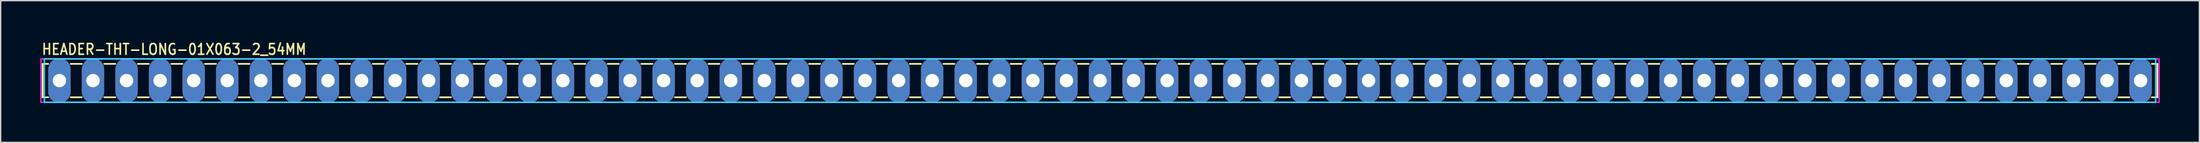
<source format=kicad_pcb>
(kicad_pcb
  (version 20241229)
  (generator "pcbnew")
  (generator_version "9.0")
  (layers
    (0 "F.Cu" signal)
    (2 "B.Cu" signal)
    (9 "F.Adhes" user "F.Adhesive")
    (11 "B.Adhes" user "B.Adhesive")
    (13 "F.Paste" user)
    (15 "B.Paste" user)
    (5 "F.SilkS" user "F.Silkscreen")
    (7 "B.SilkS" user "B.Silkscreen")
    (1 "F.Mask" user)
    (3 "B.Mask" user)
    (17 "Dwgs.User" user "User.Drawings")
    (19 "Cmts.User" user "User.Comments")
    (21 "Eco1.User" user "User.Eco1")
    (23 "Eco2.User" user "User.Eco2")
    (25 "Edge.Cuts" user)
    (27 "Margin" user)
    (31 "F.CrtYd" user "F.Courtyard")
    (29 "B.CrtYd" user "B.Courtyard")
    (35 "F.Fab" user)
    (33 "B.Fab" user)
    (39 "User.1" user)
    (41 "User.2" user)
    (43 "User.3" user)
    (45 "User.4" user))
  (footprint "HEADER-THT-LONG-01X063-2_54MM"
    (layer "F.Cu")
    (at 1.447 3.079)
    (property "Reference" "HEADER-THT-LONG-01X063-2_54MM" (at -1.4 -1.9 0) (unlocked yes) (layer "F.SilkS") (effects (font (size 0.813 0.695) (thickness 0.122)) (justify left bottom)))
    (fp_line (start -1.27 -1.27) (end -1.27 1.27) (stroke (width 0.127) (type solid)) (layer "F.SilkS"))
    (fp_line (start -1.27 1.27) (end -0.85 1.27) (stroke (width 0.127) (type solid)) (layer "F.SilkS"))
    (fp_line (start -0.85 -1.27) (end -1.27 -1.27) (stroke (width 0.127) (type solid)) (layer "F.SilkS"))
    (fp_line (start 0.85 -1.27) (end 1.69 -1.27) (stroke (width 0.127) (type solid)) (layer "F.SilkS"))
    (fp_line (start 0.85 1.27) (end 1.69 1.27) (stroke (width 0.127) (type solid)) (layer "F.SilkS"))
    (fp_line (start 3.39 -1.27) (end 4.23 -1.27) (stroke (width 0.127) (type solid)) (layer "F.SilkS"))
    (fp_line (start 3.39 1.27) (end 4.23 1.27) (stroke (width 0.127) (type solid)) (layer "F.SilkS"))
    (fp_line (start 5.93 -1.27) (end 6.77 -1.27) (stroke (width 0.127) (type solid)) (layer "F.SilkS"))
    (fp_line (start 5.93 1.27) (end 6.77 1.27) (stroke (width 0.127) (type solid)) (layer "F.SilkS"))
    (fp_line (start 8.47 -1.27) (end 9.31 -1.27) (stroke (width 0.127) (type solid)) (layer "F.SilkS"))
    (fp_line (start 8.47 1.27) (end 9.31 1.27) (stroke (width 0.127) (type solid)) (layer "F.SilkS"))
    (fp_line (start 11.01 -1.27) (end 11.85 -1.27) (stroke (width 0.127) (type solid)) (layer "F.SilkS"))
    (fp_line (start 11.01 1.27) (end 11.85 1.27) (stroke (width 0.127) (type solid)) (layer "F.SilkS"))
    (fp_line (start 13.55 -1.27) (end 14.39 -1.27) (stroke (width 0.127) (type solid)) (layer "F.SilkS"))
    (fp_line (start 13.55 1.27) (end 14.39 1.27) (stroke (width 0.127) (type solid)) (layer "F.SilkS"))
    (fp_line (start 16.09 -1.27) (end 16.93 -1.27) (stroke (width 0.127) (type solid)) (layer "F.SilkS"))
    (fp_line (start 16.09 1.27) (end 16.93 1.27) (stroke (width 0.127) (type solid)) (layer "F.SilkS"))
    (fp_line (start 18.63 -1.27) (end 19.47 -1.27) (stroke (width 0.127) (type solid)) (layer "F.SilkS"))
    (fp_line (start 18.63 1.27) (end 19.47 1.27) (stroke (width 0.127) (type solid)) (layer "F.SilkS"))
    (fp_line (start 21.17 -1.27) (end 22.01 -1.27) (stroke (width 0.127) (type solid)) (layer "F.SilkS"))
    (fp_line (start 21.17 1.27) (end 22.01 1.27) (stroke (width 0.127) (type solid)) (layer "F.SilkS"))
    (fp_line (start 23.71 -1.27) (end 24.55 -1.27) (stroke (width 0.127) (type solid)) (layer "F.SilkS"))
    (fp_line (start 23.71 1.27) (end 24.55 1.27) (stroke (width 0.127) (type solid)) (layer "F.SilkS"))
    (fp_line (start 26.25 -1.27) (end 27.09 -1.27) (stroke (width 0.127) (type solid)) (layer "F.SilkS"))
    (fp_line (start 26.25 1.27) (end 27.09 1.27) (stroke (width 0.127) (type solid)) (layer "F.SilkS"))
    (fp_line (start 28.79 -1.27) (end 29.63 -1.27) (stroke (width 0.127) (type solid)) (layer "F.SilkS"))
    (fp_line (start 28.79 1.27) (end 29.63 1.27) (stroke (width 0.127) (type solid)) (layer "F.SilkS"))
    (fp_line (start 31.33 -1.27) (end 32.17 -1.27) (stroke (width 0.127) (type solid)) (layer "F.SilkS"))
    (fp_line (start 31.33 1.27) (end 32.17 1.27) (stroke (width 0.127) (type solid)) (layer "F.SilkS"))
    (fp_line (start 33.87 -1.27) (end 34.71 -1.27) (stroke (width 0.127) (type solid)) (layer "F.SilkS"))
    (fp_line (start 33.87 1.27) (end 34.71 1.27) (stroke (width 0.127) (type solid)) (layer "F.SilkS"))
    (fp_line (start 36.41 -1.27) (end 37.25 -1.27) (stroke (width 0.127) (type solid)) (layer "F.SilkS"))
    (fp_line (start 36.41 1.27) (end 37.25 1.27) (stroke (width 0.127) (type solid)) (layer "F.SilkS"))
    (fp_line (start 38.95 -1.27) (end 39.79 -1.27) (stroke (width 0.127) (type solid)) (layer "F.SilkS"))
    (fp_line (start 38.95 1.27) (end 39.79 1.27) (stroke (width 0.127) (type solid)) (layer "F.SilkS"))
    (fp_line (start 41.49 -1.27) (end 42.33 -1.27) (stroke (width 0.127) (type solid)) (layer "F.SilkS"))
    (fp_line (start 41.49 1.27) (end 42.33 1.27) (stroke (width 0.127) (type solid)) (layer "F.SilkS"))
    (fp_line (start 44.03 -1.27) (end 44.87 -1.27) (stroke (width 0.127) (type solid)) (layer "F.SilkS"))
    (fp_line (start 44.03 1.27) (end 44.87 1.27) (stroke (width 0.127) (type solid)) (layer "F.SilkS"))
    (fp_line (start 46.57 -1.27) (end 47.41 -1.27) (stroke (width 0.127) (type solid)) (layer "F.SilkS"))
    (fp_line (start 46.57 1.27) (end 47.41 1.27) (stroke (width 0.127) (type solid)) (layer "F.SilkS"))
    (fp_line (start 49.11 -1.27) (end 49.95 -1.27) (stroke (width 0.127) (type solid)) (layer "F.SilkS"))
    (fp_line (start 49.11 1.27) (end 49.95 1.27) (stroke (width 0.127) (type solid)) (layer "F.SilkS"))
    (fp_line (start 51.65 -1.27) (end 52.49 -1.27) (stroke (width 0.127) (type solid)) (layer "F.SilkS"))
    (fp_line (start 51.65 1.27) (end 52.49 1.27) (stroke (width 0.127) (type solid)) (layer "F.SilkS"))
    (fp_line (start 54.19 -1.27) (end 55.03 -1.27) (stroke (width 0.127) (type solid)) (layer "F.SilkS"))
    (fp_line (start 54.19 1.27) (end 55.03 1.27) (stroke (width 0.127) (type solid)) (layer "F.SilkS"))
    (fp_line (start 56.73 -1.27) (end 57.57 -1.27) (stroke (width 0.127) (type solid)) (layer "F.SilkS"))
    (fp_line (start 56.73 1.27) (end 57.57 1.27) (stroke (width 0.127) (type solid)) (layer "F.SilkS"))
    (fp_line (start 59.27 -1.27) (end 60.11 -1.27) (stroke (width 0.127) (type solid)) (layer "F.SilkS"))
    (fp_line (start 59.27 1.27) (end 60.11 1.27) (stroke (width 0.127) (type solid)) (layer "F.SilkS"))
    (fp_line (start 61.81 -1.27) (end 62.65 -1.27) (stroke (width 0.127) (type solid)) (layer "F.SilkS"))
    (fp_line (start 61.81 1.27) (end 62.65 1.27) (stroke (width 0.127) (type solid)) (layer "F.SilkS"))
    (fp_line (start 64.35 -1.27) (end 65.19 -1.27) (stroke (width 0.127) (type solid)) (layer "F.SilkS"))
    (fp_line (start 64.35 1.27) (end 65.19 1.27) (stroke (width 0.127) (type solid)) (layer "F.SilkS"))
    (fp_line (start 66.89 -1.27) (end 67.73 -1.27) (stroke (width 0.127) (type solid)) (layer "F.SilkS"))
    (fp_line (start 66.89 1.27) (end 67.73 1.27) (stroke (width 0.127) (type solid)) (layer "F.SilkS"))
    (fp_line (start 69.43 -1.27) (end 70.27 -1.27) (stroke (width 0.127) (type solid)) (layer "F.SilkS"))
    (fp_line (start 69.43 1.27) (end 70.27 1.27) (stroke (width 0.127) (type solid)) (layer "F.SilkS"))
    (fp_line (start 71.97 -1.27) (end 72.81 -1.27) (stroke (width 0.127) (type solid)) (layer "F.SilkS"))
    (fp_line (start 71.97 1.27) (end 72.81 1.27) (stroke (width 0.127) (type solid)) (layer "F.SilkS"))
    (fp_line (start 74.51 -1.27) (end 75.35 -1.27) (stroke (width 0.127) (type solid)) (layer "F.SilkS"))
    (fp_line (start 74.51 1.27) (end 75.35 1.27) (stroke (width 0.127) (type solid)) (layer "F.SilkS"))
    (fp_line (start 77.05 -1.27) (end 77.89 -1.27) (stroke (width 0.127) (type solid)) (layer "F.SilkS"))
    (fp_line (start 77.05 1.27) (end 77.89 1.27) (stroke (width 0.127) (type solid)) (layer "F.SilkS"))
    (fp_line (start 79.59 -1.27) (end 80.43 -1.27) (stroke (width 0.127) (type solid)) (layer "F.SilkS"))
    (fp_line (start 79.59 1.27) (end 80.43 1.27) (stroke (width 0.127) (type solid)) (layer "F.SilkS"))
    (fp_line (start 82.13 -1.27) (end 82.97 -1.27) (stroke (width 0.127) (type solid)) (layer "F.SilkS"))
    (fp_line (start 82.13 1.27) (end 82.97 1.27) (stroke (width 0.127) (type solid)) (layer "F.SilkS"))
    (fp_line (start 84.67 -1.27) (end 85.51 -1.27) (stroke (width 0.127) (type solid)) (layer "F.SilkS"))
    (fp_line (start 84.67 1.27) (end 85.51 1.27) (stroke (width 0.127) (type solid)) (layer "F.SilkS"))
    (fp_line (start 87.21 -1.27) (end 88.05 -1.27) (stroke (width 0.127) (type solid)) (layer "F.SilkS"))
    (fp_line (start 87.21 1.27) (end 88.05 1.27) (stroke (width 0.127) (type solid)) (layer "F.SilkS"))
    (fp_line (start 89.75 -1.27) (end 90.59 -1.27) (stroke (width 0.127) (type solid)) (layer "F.SilkS"))
    (fp_line (start 89.75 1.27) (end 90.59 1.27) (stroke (width 0.127) (type solid)) (layer "F.SilkS"))
    (fp_line (start 92.29 -1.27) (end 93.13 -1.27) (stroke (width 0.127) (type solid)) (layer "F.SilkS"))
    (fp_line (start 92.29 1.27) (end 93.13 1.27) (stroke (width 0.127) (type solid)) (layer "F.SilkS"))
    (fp_line (start 94.83 -1.27) (end 95.67 -1.27) (stroke (width 0.127) (type solid)) (layer "F.SilkS"))
    (fp_line (start 94.83 1.27) (end 95.67 1.27) (stroke (width 0.127) (type solid)) (layer "F.SilkS"))
    (fp_line (start 97.37 -1.27) (end 98.21 -1.27) (stroke (width 0.127) (type solid)) (layer "F.SilkS"))
    (fp_line (start 97.37 1.27) (end 98.21 1.27) (stroke (width 0.127) (type solid)) (layer "F.SilkS"))
    (fp_line (start 99.91 -1.27) (end 100.75 -1.27) (stroke (width 0.127) (type solid)) (layer "F.SilkS"))
    (fp_line (start 99.91 1.27) (end 100.75 1.27) (stroke (width 0.127) (type solid)) (layer "F.SilkS"))
    (fp_line (start 102.45 -1.27) (end 103.29 -1.27) (stroke (width 0.127) (type solid)) (layer "F.SilkS"))
    (fp_line (start 102.45 1.27) (end 103.29 1.27) (stroke (width 0.127) (type solid)) (layer "F.SilkS"))
    (fp_line (start 104.99 -1.27) (end 105.83 -1.27) (stroke (width 0.127) (type solid)) (layer "F.SilkS"))
    (fp_line (start 104.99 1.27) (end 105.83 1.27) (stroke (width 0.127) (type solid)) (layer "F.SilkS"))
    (fp_line (start 107.53 -1.27) (end 108.37 -1.27) (stroke (width 0.127) (type solid)) (layer "F.SilkS"))
    (fp_line (start 107.53 1.27) (end 108.37 1.27) (stroke (width 0.127) (type solid)) (layer "F.SilkS"))
    (fp_line (start 110.07 -1.27) (end 110.91 -1.27) (stroke (width 0.127) (type solid)) (layer "F.SilkS"))
    (fp_line (start 110.07 1.27) (end 110.91 1.27) (stroke (width 0.127) (type solid)) (layer "F.SilkS"))
    (fp_line (start 112.61 -1.27) (end 113.45 -1.27) (stroke (width 0.127) (type solid)) (layer "F.SilkS"))
    (fp_line (start 112.61 1.27) (end 113.45 1.27) (stroke (width 0.127) (type solid)) (layer "F.SilkS"))
    (fp_line (start 115.15 -1.27) (end 115.99 -1.27) (stroke (width 0.127) (type solid)) (layer "F.SilkS"))
    (fp_line (start 115.15 1.27) (end 115.99 1.27) (stroke (width 0.127) (type solid)) (layer "F.SilkS"))
    (fp_line (start 117.69 -1.27) (end 118.53 -1.27) (stroke (width 0.127) (type solid)) (layer "F.SilkS"))
    (fp_line (start 117.69 1.27) (end 118.53 1.27) (stroke (width 0.127) (type solid)) (layer "F.SilkS"))
    (fp_line (start 120.23 -1.27) (end 121.07 -1.27) (stroke (width 0.127) (type solid)) (layer "F.SilkS"))
    (fp_line (start 120.23 1.27) (end 121.07 1.27) (stroke (width 0.127) (type solid)) (layer "F.SilkS"))
    (fp_line (start 122.77 -1.27) (end 123.61 -1.27) (stroke (width 0.127) (type solid)) (layer "F.SilkS"))
    (fp_line (start 122.77 1.27) (end 123.61 1.27) (stroke (width 0.127) (type solid)) (layer "F.SilkS"))
    (fp_line (start 125.31 -1.27) (end 126.15 -1.27) (stroke (width 0.127) (type solid)) (layer "F.SilkS"))
    (fp_line (start 125.31 1.27) (end 126.15 1.27) (stroke (width 0.127) (type solid)) (layer "F.SilkS"))
    (fp_line (start 127.85 -1.27) (end 128.69 -1.27) (stroke (width 0.127) (type solid)) (layer "F.SilkS"))
    (fp_line (start 127.85 1.27) (end 128.69 1.27) (stroke (width 0.127) (type solid)) (layer "F.SilkS"))
    (fp_line (start 130.39 -1.27) (end 131.23 -1.27) (stroke (width 0.127) (type solid)) (layer "F.SilkS"))
    (fp_line (start 130.39 1.27) (end 131.23 1.27) (stroke (width 0.127) (type solid)) (layer "F.SilkS"))
    (fp_line (start 132.93 -1.27) (end 133.77 -1.27) (stroke (width 0.127) (type solid)) (layer "F.SilkS"))
    (fp_line (start 132.93 1.27) (end 133.77 1.27) (stroke (width 0.127) (type solid)) (layer "F.SilkS"))
    (fp_line (start 135.47 -1.27) (end 136.31 -1.27) (stroke (width 0.127) (type solid)) (layer "F.SilkS"))
    (fp_line (start 135.47 1.27) (end 136.31 1.27) (stroke (width 0.127) (type solid)) (layer "F.SilkS"))
    (fp_line (start 138.01 -1.27) (end 138.85 -1.27) (stroke (width 0.127) (type solid)) (layer "F.SilkS"))
    (fp_line (start 138.01 1.27) (end 138.85 1.27) (stroke (width 0.127) (type solid)) (layer "F.SilkS"))
    (fp_line (start 140.55 -1.27) (end 141.39 -1.27) (stroke (width 0.127) (type solid)) (layer "F.SilkS"))
    (fp_line (start 140.55 1.27) (end 141.39 1.27) (stroke (width 0.127) (type solid)) (layer "F.SilkS"))
    (fp_line (start 143.09 -1.27) (end 143.93 -1.27) (stroke (width 0.127) (type solid)) (layer "F.SilkS"))
    (fp_line (start 143.09 1.27) (end 143.93 1.27) (stroke (width 0.127) (type solid)) (layer "F.SilkS"))
    (fp_line (start 145.63 -1.27) (end 146.47 -1.27) (stroke (width 0.127) (type solid)) (layer "F.SilkS"))
    (fp_line (start 145.63 1.27) (end 146.47 1.27) (stroke (width 0.127) (type solid)) (layer "F.SilkS"))
    (fp_line (start 148.17 -1.27) (end 149.01 -1.27) (stroke (width 0.127) (type solid)) (layer "F.SilkS"))
    (fp_line (start 148.17 1.27) (end 149.01 1.27) (stroke (width 0.127) (type solid)) (layer "F.SilkS"))
    (fp_line (start 150.71 -1.27) (end 151.55 -1.27) (stroke (width 0.127) (type solid)) (layer "F.SilkS"))
    (fp_line (start 150.71 1.27) (end 151.55 1.27) (stroke (width 0.127) (type solid)) (layer "F.SilkS"))
    (fp_line (start 153.25 -1.27) (end 154.09 -1.27) (stroke (width 0.127) (type solid)) (layer "F.SilkS"))
    (fp_line (start 153.25 1.27) (end 154.09 1.27) (stroke (width 0.127) (type solid)) (layer "F.SilkS"))
    (fp_line (start 155.79 -1.27) (end 156.63 -1.27) (stroke (width 0.127) (type solid)) (layer "F.SilkS"))
    (fp_line (start 155.79 1.27) (end 156.63 1.27) (stroke (width 0.127) (type solid)) (layer "F.SilkS"))
    (fp_line (start 158.33 -1.27) (end 158.75 -1.27) (stroke (width 0.127) (type solid)) (layer "F.SilkS"))
    (fp_line (start 158.75 -1.27) (end 158.75 1.27) (stroke (width 0.127) (type solid)) (layer "F.SilkS"))
    (fp_line (start 158.75 1.27) (end 158.33 1.27) (stroke (width 0.127) (type solid)) (layer "F.SilkS"))
    (fp_poly (pts (xy -1.143 -1.651) (xy 158.623 -1.651) (xy 158.623 1.651) (xy -1.143 1.651)) (stroke (width 0.1) (type solid)) (fill no) (layer "B.CrtYd"))
    (fp_poly (pts (xy -1.397 -1.651) (xy 158.877 -1.651) (xy 158.877 1.651) (xy -1.397 1.651)) (stroke (width 0.1) (type solid)) (fill no) (layer "F.CrtYd"))
    (pad "P$1" thru_hole oval (at 0 0 90) (size 3.387 1.693) (drill 1.016) (layers "*.Cu" "*.Mask"))
    (pad "P$2" thru_hole oval (at 2.54 0 90) (size 3.387 1.693) (drill 1.016) (layers "*.Cu" "*.Mask"))
    (pad "P$3" thru_hole oval (at 5.08 0 90) (size 3.387 1.693) (drill 1.016) (layers "*.Cu" "*.Mask"))
    (pad "P$4" thru_hole oval (at 7.62 0 90) (size 3.387 1.693) (drill 1.016) (layers "*.Cu" "*.Mask"))
    (pad "P$5" thru_hole oval (at 10.16 0 90) (size 3.387 1.693) (drill 1.016) (layers "*.Cu" "*.Mask"))
    (pad "P$6" thru_hole oval (at 12.7 0 90) (size 3.387 1.693) (drill 1.016) (layers "*.Cu" "*.Mask"))
    (pad "P$7" thru_hole oval (at 15.24 0 90) (size 3.387 1.693) (drill 1.016) (layers "*.Cu" "*.Mask"))
    (pad "P$8" thru_hole oval (at 17.78 0 90) (size 3.387 1.693) (drill 1.016) (layers "*.Cu" "*.Mask"))
    (pad "P$9" thru_hole oval (at 20.32 0 90) (size 3.387 1.693) (drill 1.016) (layers "*.Cu" "*.Mask"))
    (pad "P$10" thru_hole oval (at 22.86 0 90) (size 3.387 1.693) (drill 1.016) (layers "*.Cu" "*.Mask"))
    (pad "P$11" thru_hole oval (at 25.4 0 90) (size 3.387 1.693) (drill 1.016) (layers "*.Cu" "*.Mask"))
    (pad "P$12" thru_hole oval (at 27.94 0 90) (size 3.387 1.693) (drill 1.016) (layers "*.Cu" "*.Mask"))
    (pad "P$13" thru_hole oval (at 30.48 0 90) (size 3.387 1.693) (drill 1.016) (layers "*.Cu" "*.Mask"))
    (pad "P$14" thru_hole oval (at 33.02 0 90) (size 3.387 1.693) (drill 1.016) (layers "*.Cu" "*.Mask"))
    (pad "P$15" thru_hole oval (at 35.56 0 90) (size 3.387 1.693) (drill 1.016) (layers "*.Cu" "*.Mask"))
    (pad "P$16" thru_hole oval (at 38.1 0 90) (size 3.387 1.693) (drill 1.016) (layers "*.Cu" "*.Mask"))
    (pad "P$17" thru_hole oval (at 40.64 0 90) (size 3.387 1.693) (drill 1.016) (layers "*.Cu" "*.Mask"))
    (pad "P$18" thru_hole oval (at 43.18 0 90) (size 3.387 1.693) (drill 1.016) (layers "*.Cu" "*.Mask"))
    (pad "P$19" thru_hole oval (at 45.72 0 90) (size 3.387 1.693) (drill 1.016) (layers "*.Cu" "*.Mask"))
    (pad "P$20" thru_hole oval (at 48.26 0 90) (size 3.387 1.693) (drill 1.016) (layers "*.Cu" "*.Mask"))
    (pad "P$21" thru_hole oval (at 50.8 0 90) (size 3.387 1.693) (drill 1.016) (layers "*.Cu" "*.Mask"))
    (pad "P$22" thru_hole oval (at 53.34 0 90) (size 3.387 1.693) (drill 1.016) (layers "*.Cu" "*.Mask"))
    (pad "P$23" thru_hole oval (at 55.88 0 90) (size 3.387 1.693) (drill 1.016) (layers "*.Cu" "*.Mask"))
    (pad "P$24" thru_hole oval (at 58.42 0 90) (size 3.387 1.693) (drill 1.016) (layers "*.Cu" "*.Mask"))
    (pad "P$25" thru_hole oval (at 60.96 0 90) (size 3.387 1.693) (drill 1.016) (layers "*.Cu" "*.Mask"))
    (pad "P$26" thru_hole oval (at 63.5 0 90) (size 3.387 1.693) (drill 1.016) (layers "*.Cu" "*.Mask"))
    (pad "P$27" thru_hole oval (at 66.04 0 90) (size 3.387 1.693) (drill 1.016) (layers "*.Cu" "*.Mask"))
    (pad "P$28" thru_hole oval (at 68.58 0 90) (size 3.387 1.693) (drill 1.016) (layers "*.Cu" "*.Mask"))
    (pad "P$29" thru_hole oval (at 71.12 0 90) (size 3.387 1.693) (drill 1.016) (layers "*.Cu" "*.Mask"))
    (pad "P$30" thru_hole oval (at 73.66 0 90) (size 3.387 1.693) (drill 1.016) (layers "*.Cu" "*.Mask"))
    (pad "P$31" thru_hole oval (at 76.2 0 90) (size 3.387 1.693) (drill 1.016) (layers "*.Cu" "*.Mask"))
    (pad "P$32" thru_hole oval (at 78.74 0 90) (size 3.387 1.693) (drill 1.016) (layers "*.Cu" "*.Mask"))
    (pad "P$33" thru_hole oval (at 81.28 0 90) (size 3.387 1.693) (drill 1.016) (layers "*.Cu" "*.Mask"))
    (pad "P$34" thru_hole oval (at 83.82 0 90) (size 3.387 1.693) (drill 1.016) (layers "*.Cu" "*.Mask"))
    (pad "P$35" thru_hole oval (at 86.36 0 90) (size 3.387 1.693) (drill 1.016) (layers "*.Cu" "*.Mask"))
    (pad "P$36" thru_hole oval (at 88.9 0 90) (size 3.387 1.693) (drill 1.016) (layers "*.Cu" "*.Mask"))
    (pad "P$37" thru_hole oval (at 91.44 0 90) (size 3.387 1.693) (drill 1.016) (layers "*.Cu" "*.Mask"))
    (pad "P$38" thru_hole oval (at 93.98 0 90) (size 3.387 1.693) (drill 1.016) (layers "*.Cu" "*.Mask"))
    (pad "P$39" thru_hole oval (at 96.52 0 90) (size 3.387 1.693) (drill 1.016) (layers "*.Cu" "*.Mask"))
    (pad "P$40" thru_hole oval (at 99.06 0 90) (size 3.387 1.693) (drill 1.016) (layers "*.Cu" "*.Mask"))
    (pad "P$41" thru_hole oval (at 101.6 0 90) (size 3.387 1.693) (drill 1.016) (layers "*.Cu" "*.Mask"))
    (pad "P$42" thru_hole oval (at 104.14 0 90) (size 3.387 1.693) (drill 1.016) (layers "*.Cu" "*.Mask"))
    (pad "P$43" thru_hole oval (at 106.68 0 90) (size 3.387 1.693) (drill 1.016) (layers "*.Cu" "*.Mask"))
    (pad "P$44" thru_hole oval (at 109.22 0 90) (size 3.387 1.693) (drill 1.016) (layers "*.Cu" "*.Mask"))
    (pad "P$45" thru_hole oval (at 111.76 0 90) (size 3.387 1.693) (drill 1.016) (layers "*.Cu" "*.Mask"))
    (pad "P$46" thru_hole oval (at 114.3 0 90) (size 3.387 1.693) (drill 1.016) (layers "*.Cu" "*.Mask"))
    (pad "P$47" thru_hole oval (at 116.84 0 90) (size 3.387 1.693) (drill 1.016) (layers "*.Cu" "*.Mask"))
    (pad "P$48" thru_hole oval (at 119.38 0 90) (size 3.387 1.693) (drill 1.016) (layers "*.Cu" "*.Mask"))
    (pad "P$49" thru_hole oval (at 121.92 0 90) (size 3.387 1.693) (drill 1.016) (layers "*.Cu" "*.Mask"))
    (pad "P$50" thru_hole oval (at 124.46 0 90) (size 3.387 1.693) (drill 1.016) (layers "*.Cu" "*.Mask"))
    (pad "P$51" thru_hole oval (at 127 0 90) (size 3.387 1.693) (drill 1.016) (layers "*.Cu" "*.Mask"))
    (pad "P$52" thru_hole oval (at 129.54 0 90) (size 3.387 1.693) (drill 1.016) (layers "*.Cu" "*.Mask"))
    (pad "P$53" thru_hole oval (at 132.08 0 90) (size 3.387 1.693) (drill 1.016) (layers "*.Cu" "*.Mask"))
    (pad "P$54" thru_hole oval (at 134.62 0 90) (size 3.387 1.693) (drill 1.016) (layers "*.Cu" "*.Mask"))
    (pad "P$55" thru_hole oval (at 137.16 0 90) (size 3.387 1.693) (drill 1.016) (layers "*.Cu" "*.Mask"))
    (pad "P$56" thru_hole oval (at 139.7 0 90) (size 3.387 1.693) (drill 1.016) (layers "*.Cu" "*.Mask"))
    (pad "P$57" thru_hole oval (at 142.24 0 90) (size 3.387 1.693) (drill 1.016) (layers "*.Cu" "*.Mask"))
    (pad "P$58" thru_hole oval (at 144.78 0 90) (size 3.387 1.693) (drill 1.016) (layers "*.Cu" "*.Mask"))
    (pad "P$59" thru_hole oval (at 147.32 0 90) (size 3.387 1.693) (drill 1.016) (layers "*.Cu" "*.Mask"))
    (pad "P$60" thru_hole oval (at 149.86 0 90) (size 3.387 1.693) (drill 1.016) (layers "*.Cu" "*.Mask"))
    (pad "P$61" thru_hole oval (at 152.4 0 90) (size 3.387 1.693) (drill 1.016) (layers "*.Cu" "*.Mask"))
    (pad "P$62" thru_hole oval (at 154.94 0 90) (size 3.387 1.693) (drill 1.016) (layers "*.Cu" "*.Mask"))
    (pad "P$63" thru_hole oval (at 157.48 0 90) (size 3.387 1.693) (drill 1.016) (layers "*.Cu" "*.Mask")))
  (gr_rect
    (start -3 -3)
    (end 163.374 7.78)
    (stroke (width 0.1) (type default))
    (fill no)
    (layer "Edge.Cuts")))
</source>
